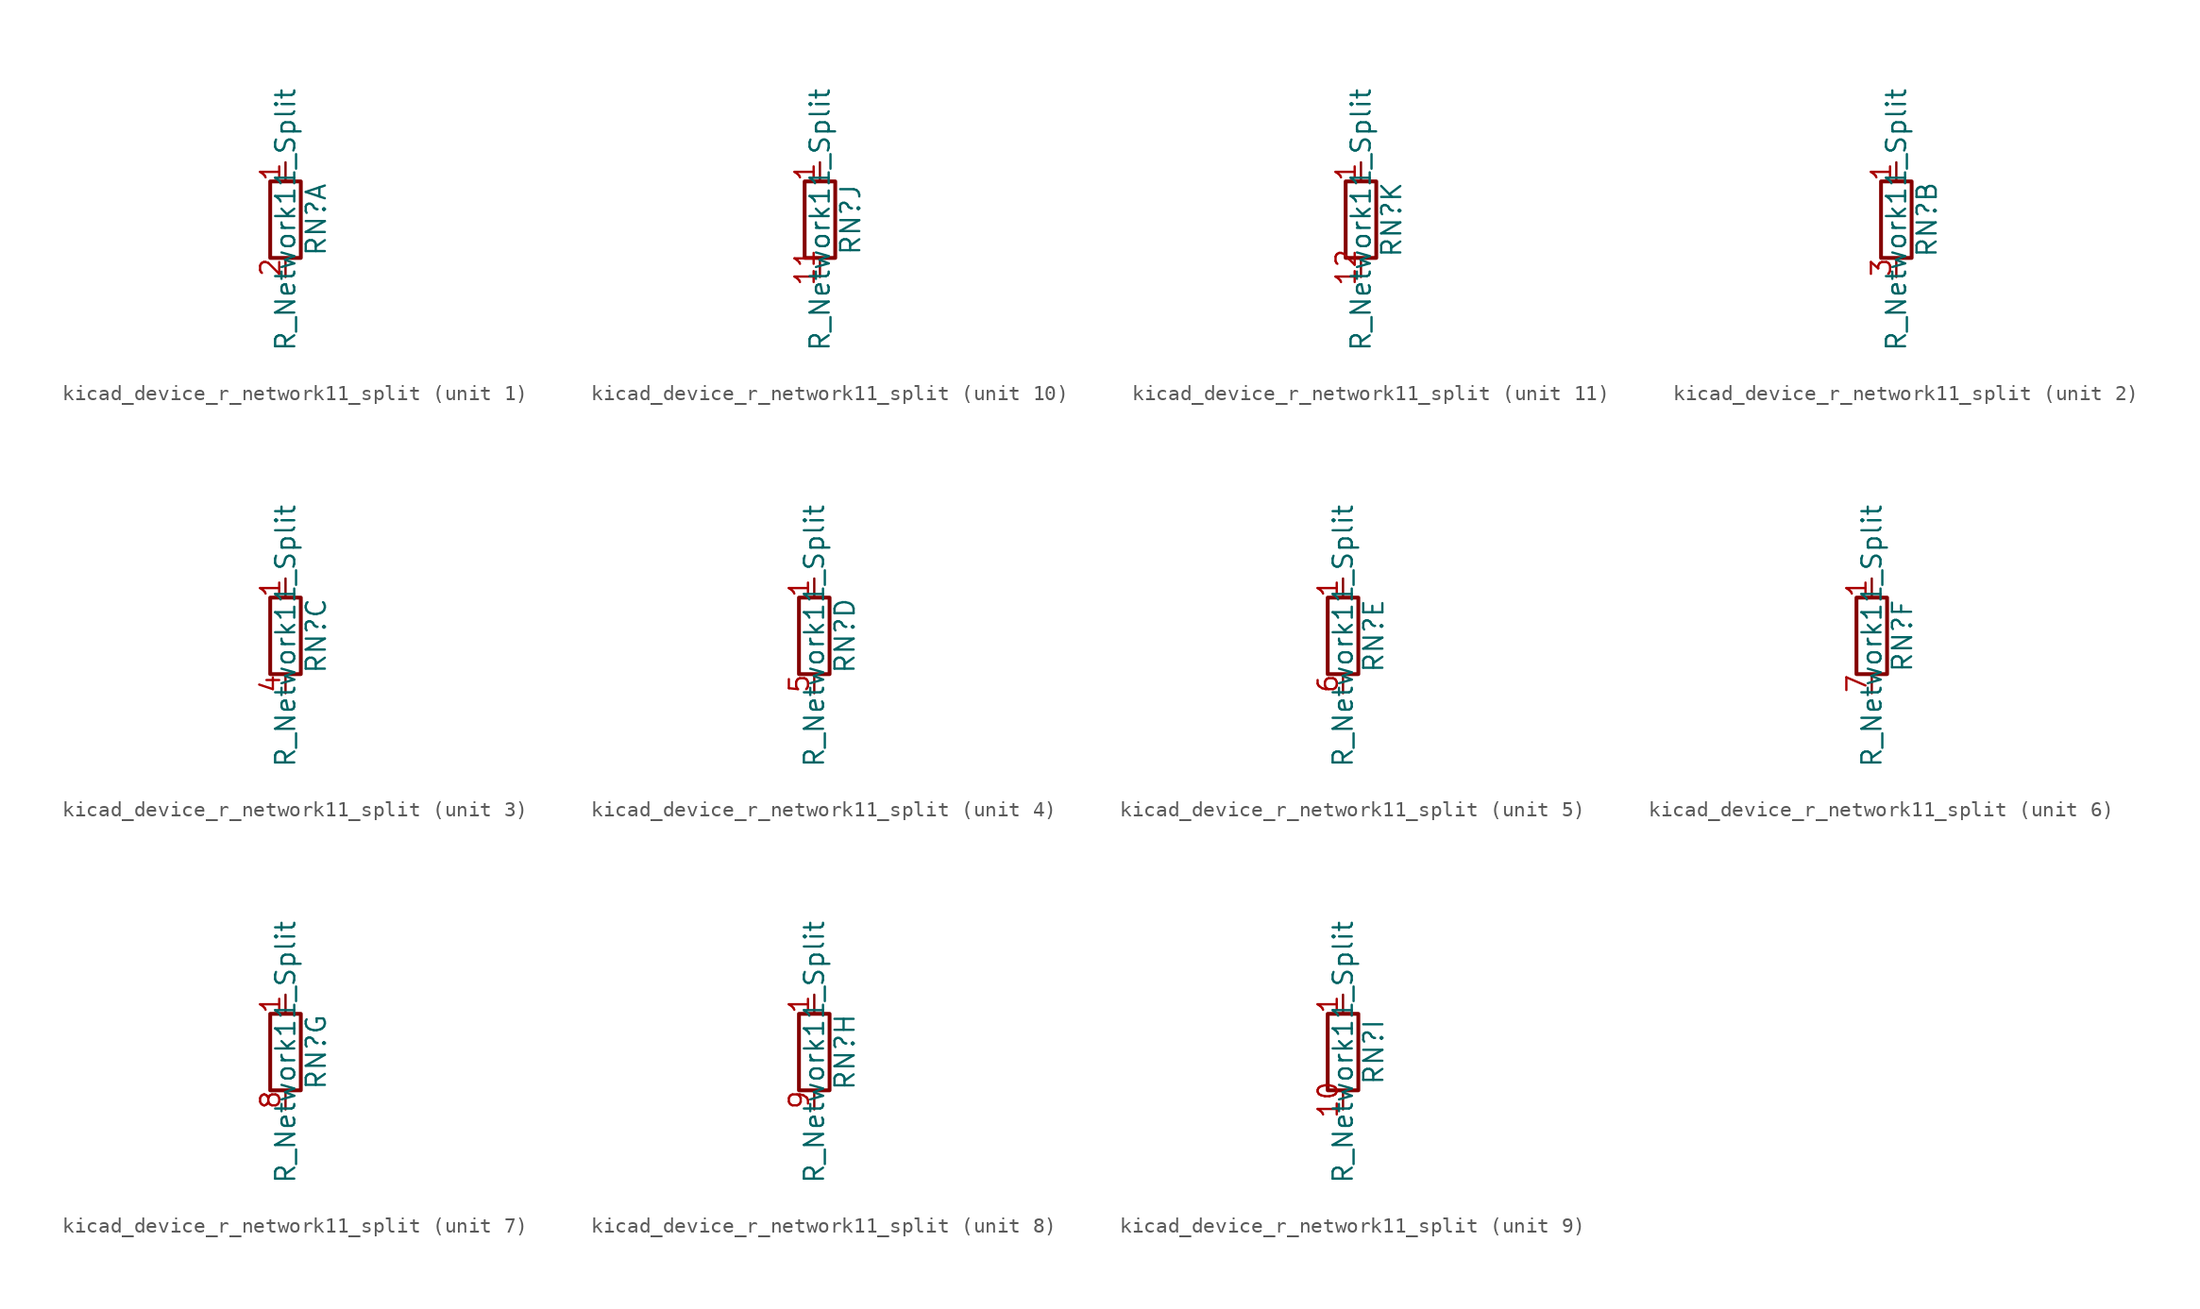
<source format=kicad_sym>
(kicad_symbol_lib
  (version 20220914)
  (generator kicad_symbol_editor)
  (symbol "kicad_device_r_network11_split"
    (pin_names
      (offset 0) hide)
    (property "Reference" "RN"
      (at 2.032 0 90)
      (effects (font (size 1.27 1.27))))
    (property "Value" "R_Network11_Split"
      (at 0 0 90)
      (effects (font (size 1.27 1.27))))
    (symbol "kicad_device_r_network11_split_0_1"
      (rectangle (start 1.016 2.54) (end -1.016 -2.54) (stroke (width 0.254) (type default)) (fill (type none)))
      (pin passive line (at 0 3.81 270) (length 1.27) (name "R1" (effects (font (size 1.27 1.27)))) (number "1" (effects (font (size 1.27 1.27))))))
    (symbol "kicad_device_r_network11_split_1_1"
      (pin passive line (at 0 -3.81 90) (length 1.27) (name "R1.2" (effects (font (size 1.27 1.27)))) (number "2" (effects (font (size 1.27 1.27))))))
    (symbol "kicad_device_r_network11_split_2_1"
      (pin passive line (at 0 -3.81 90) (length 1.27) (name "R2.2" (effects (font (size 1.27 1.27)))) (number "3" (effects (font (size 1.27 1.27))))))
    (symbol "kicad_device_r_network11_split_3_1"
      (pin passive line (at 0 -3.81 90) (length 1.27) (name "R3.2" (effects (font (size 1.27 1.27)))) (number "4" (effects (font (size 1.27 1.27))))))
    (symbol "kicad_device_r_network11_split_4_1"
      (pin passive line (at 0 -3.81 90) (length 1.27) (name "R4.2" (effects (font (size 1.27 1.27)))) (number "5" (effects (font (size 1.27 1.27))))))
    (symbol "kicad_device_r_network11_split_5_1"
      (pin passive line (at 0 -3.81 90) (length 1.27) (name "R5.2" (effects (font (size 1.27 1.27)))) (number "6" (effects (font (size 1.27 1.27))))))
    (symbol "kicad_device_r_network11_split_6_1"
      (pin passive line (at 0 -3.81 90) (length 1.27) (name "R6.2" (effects (font (size 1.27 1.27)))) (number "7" (effects (font (size 1.27 1.27))))))
    (symbol "kicad_device_r_network11_split_7_1"
      (pin passive line (at 0 -3.81 90) (length 1.27) (name "R7.2" (effects (font (size 1.27 1.27)))) (number "8" (effects (font (size 1.27 1.27))))))
    (symbol "kicad_device_r_network11_split_8_1"
      (pin passive line (at 0 -3.81 90) (length 1.27) (name "R8.2" (effects (font (size 1.27 1.27)))) (number "9" (effects (font (size 1.27 1.27))))))
    (symbol "kicad_device_r_network11_split_9_1"
      (pin passive line (at 0 -3.81 90) (length 1.27) (name "R9.2" (effects (font (size 1.27 1.27)))) (number "10" (effects (font (size 1.27 1.27))))))
    (symbol "kicad_device_r_network11_split_10_1"
      (pin passive line (at 0 -3.81 90) (length 1.27) (name "R10.2" (effects (font (size 1.27 1.27)))) (number "11" (effects (font (size 1.27 1.27))))))
    (symbol "kicad_device_r_network11_split_11_1"
      (pin passive line (at 0 -3.81 90) (length 1.27) (name "R11.2" (effects (font (size 1.27 1.27)))) (number "12" (effects (font (size 1.27 1.27))))))))
</source>
